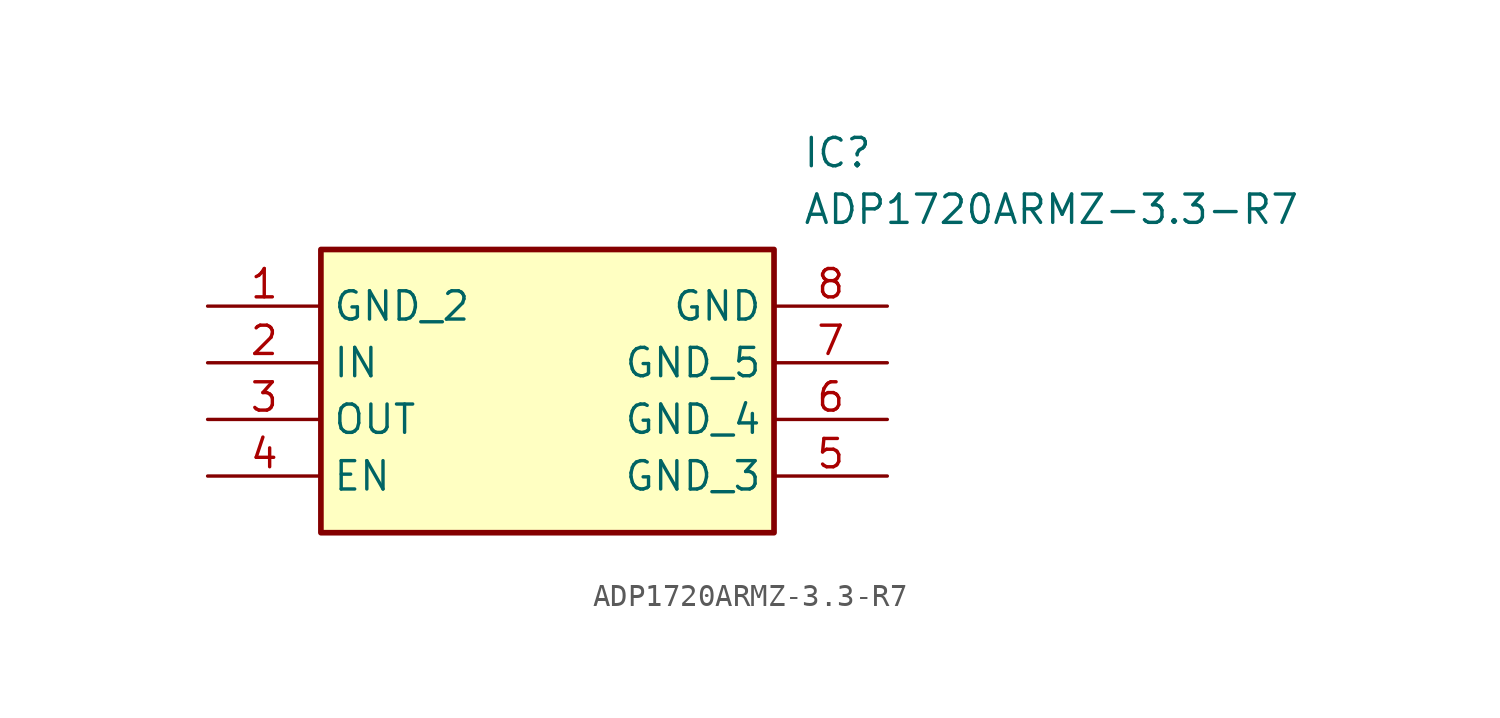
<source format=kicad_sym>
(kicad_symbol_lib
  (version 20211014)
  (generator SamacSys_ECAD_Model)
  (symbol "ADP1720ARMZ-3.3-R7"
    (property "Reference" "IC"
      (at 26.67 7.62 0)
      (effects (font (size 1.27 1.27)) (justify left top)))
    (property "Value" "ADP1720ARMZ-3.3-R7"
      (at 26.67 5.08 0)
      (effects (font (size 1.27 1.27)) (justify left top)))
    (rectangle
      (start 5.08 2.54)
      (end 25.4 -10.16)
      (stroke (width 0.254) (type default))
      (fill (type background)))
    (pin passive line
      (at 0 0 0)
      (length 5.08)
      (name "GND_2" (effects (font (size 1.27 1.27))))
      (number "1" (effects (font (size 1.27 1.27)))))
    (pin passive line
      (at 0 -2.54 0)
      (length 5.08)
      (name "IN" (effects (font (size 1.27 1.27))))
      (number "2" (effects (font (size 1.27 1.27)))))
    (pin passive line
      (at 0 -5.08 0)
      (length 5.08)
      (name "OUT" (effects (font (size 1.27 1.27))))
      (number "3" (effects (font (size 1.27 1.27)))))
    (pin passive line
      (at 0 -7.62 0)
      (length 5.08)
      (name "EN" (effects (font (size 1.27 1.27))))
      (number "4" (effects (font (size 1.27 1.27)))))
    (pin passive line
      (at 30.48 -7.62 180)
      (length 5.08)
      (name "GND_3" (effects (font (size 1.27 1.27))))
      (number "5" (effects (font (size 1.27 1.27)))))
    (pin passive line
      (at 30.48 -5.08 180)
      (length 5.08)
      (name "GND_4" (effects (font (size 1.27 1.27))))
      (number "6" (effects (font (size 1.27 1.27)))))
    (pin passive line
      (at 30.48 -2.54 180)
      (length 5.08)
      (name "GND_5" (effects (font (size 1.27 1.27))))
      (number "7" (effects (font (size 1.27 1.27)))))
    (pin passive line
      (at 30.48 0 180)
      (length 5.08)
      (name "GND" (effects (font (size 1.27 1.27))))
      (number "8" (effects (font (size 1.27 1.27)))))))
</source>
